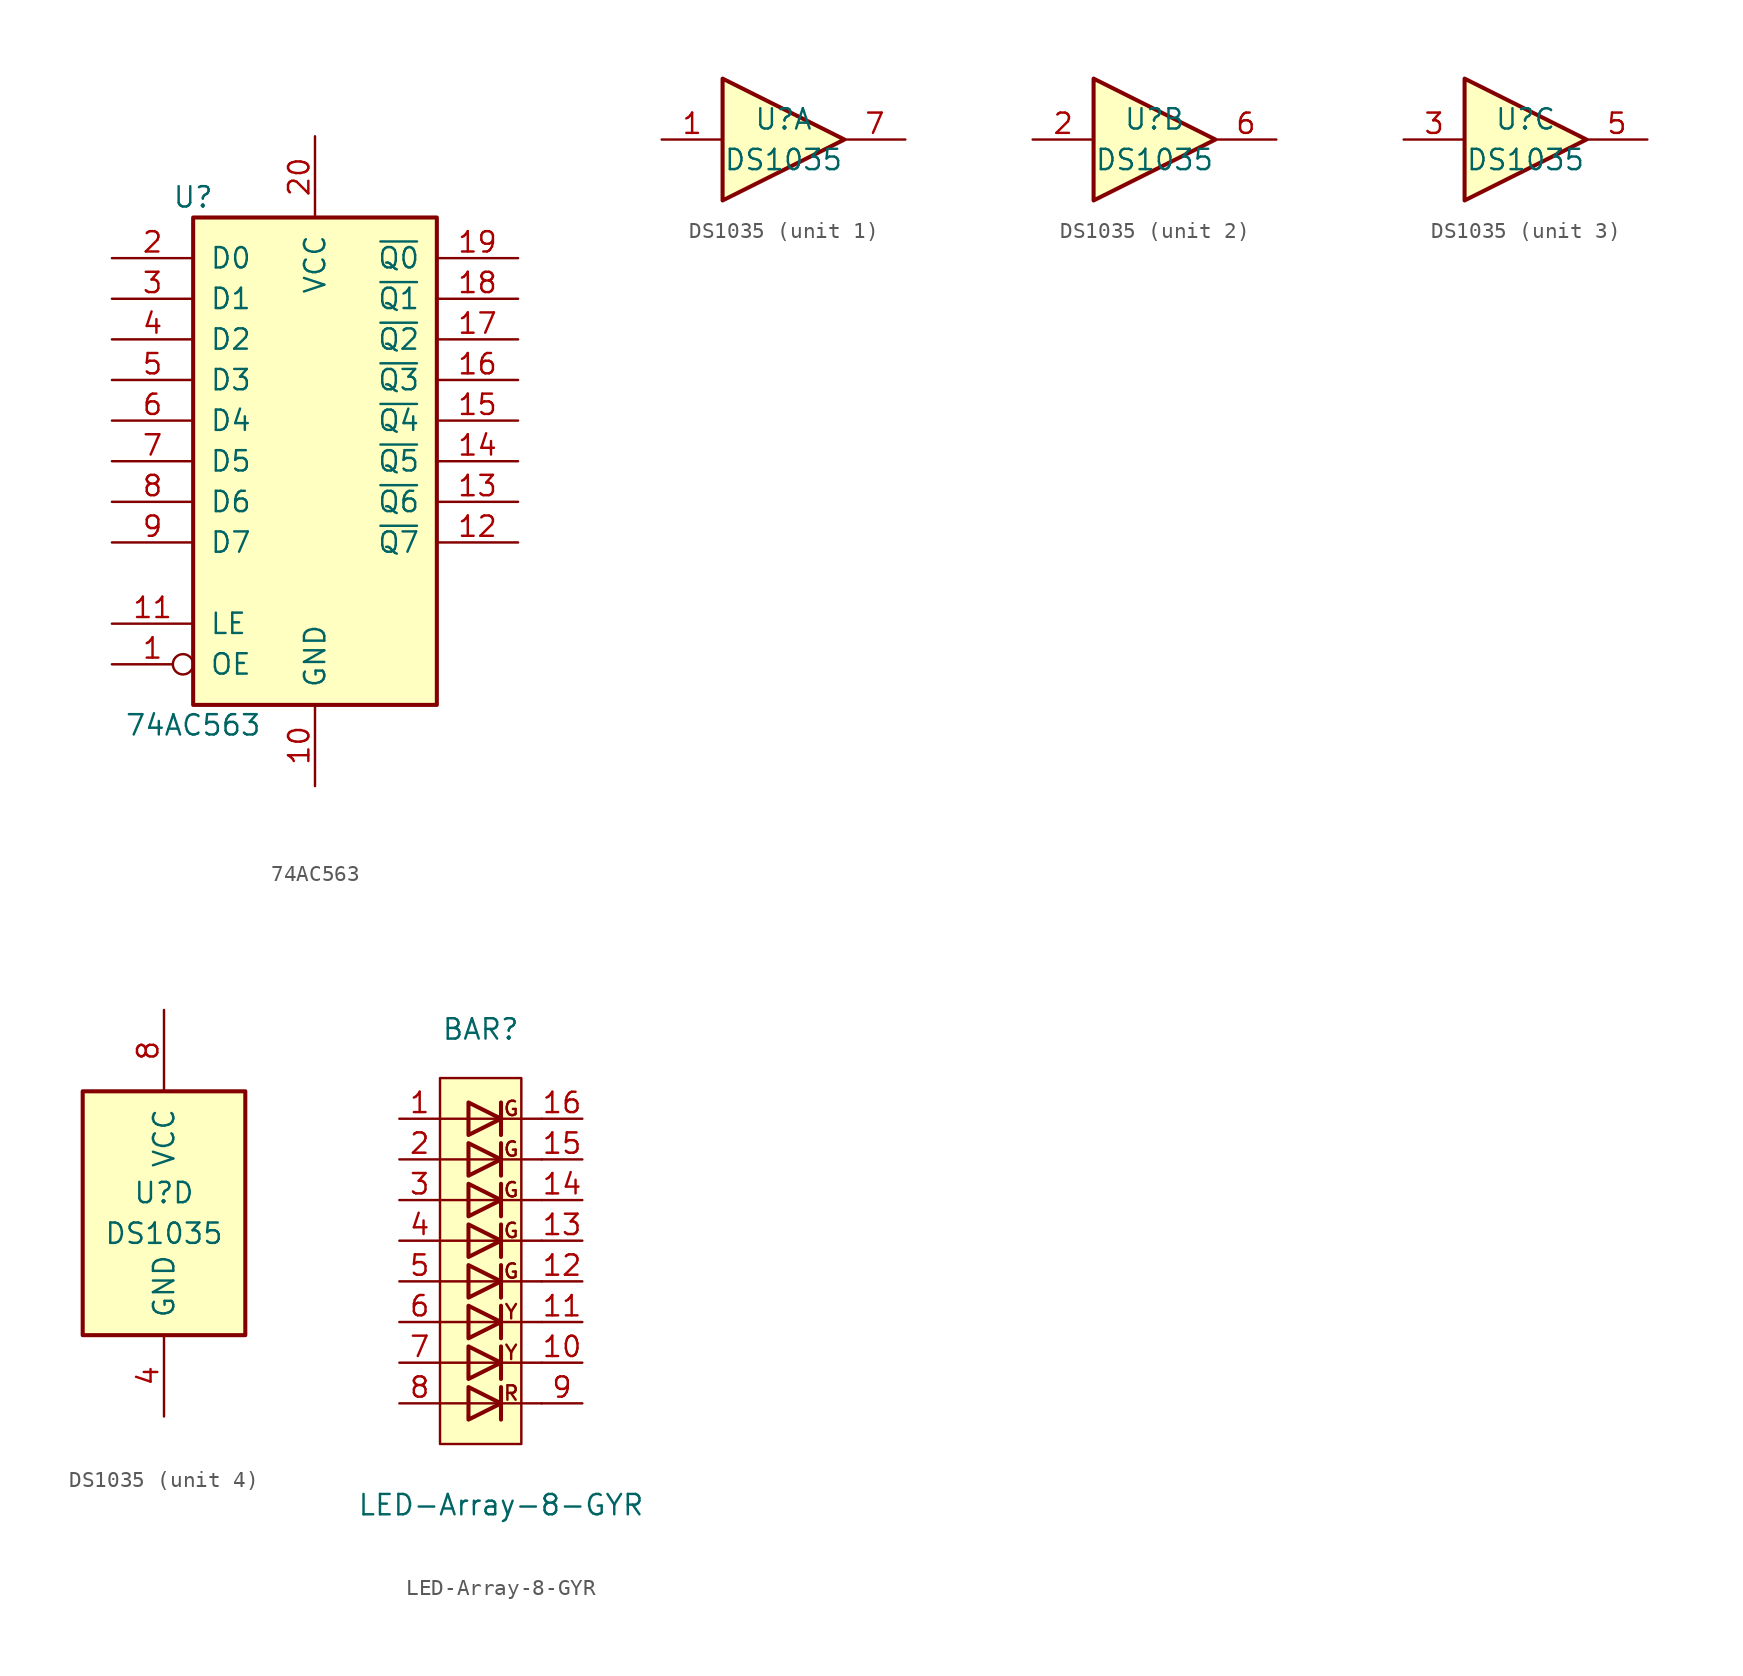
<source format=kicad_sym>
(kicad_symbol_lib
  (version 20211014)
  (generator kicad_symbol_editor)
  (symbol "74AC563"
    (pin_names
      (offset 1.016))
    (property "Reference" "U"
      (at -7.62 16.51 0)
      (effects (font (size 1.27 1.27))))
    (property "Value" "74AC563"
      (at -7.62 -16.51 0)
      (effects (font (size 1.27 1.27))))
    (symbol "74AC563_1_0"
      (pin input inverted (at -12.7 -12.7 0) (length 5.08) (name "OE" (effects (font (size 1.27 1.27)))) (number "1" (effects (font (size 1.27 1.27)))))
      (pin power_in line (at 0 -20.32 90) (length 5.08) (name "GND" (effects (font (size 1.27 1.27)))) (number "10" (effects (font (size 1.27 1.27)))))
      (pin input line (at -12.7 -10.16 0) (length 5.08) (name "LE" (effects (font (size 1.27 1.27)))) (number "11" (effects (font (size 1.27 1.27)))))
      (pin tri_state line (at 12.7 -5.08 180) (length 5.08) (name "~{Q7}" (effects (font (size 1.27 1.27)))) (number "12" (effects (font (size 1.27 1.27)))))
      (pin tri_state line (at 12.7 -2.54 180) (length 5.08) (name "~{Q6}" (effects (font (size 1.27 1.27)))) (number "13" (effects (font (size 1.27 1.27)))))
      (pin tri_state line (at 12.7 0 180) (length 5.08) (name "~{Q5}" (effects (font (size 1.27 1.27)))) (number "14" (effects (font (size 1.27 1.27)))))
      (pin tri_state line (at 12.7 2.54 180) (length 5.08) (name "~{Q4}" (effects (font (size 1.27 1.27)))) (number "15" (effects (font (size 1.27 1.27)))))
      (pin tri_state line (at 12.7 5.08 180) (length 5.08) (name "~{Q3}" (effects (font (size 1.27 1.27)))) (number "16" (effects (font (size 1.27 1.27)))))
      (pin tri_state line (at 12.7 7.62 180) (length 5.08) (name "~{Q2}" (effects (font (size 1.27 1.27)))) (number "17" (effects (font (size 1.27 1.27)))))
      (pin tri_state line (at 12.7 10.16 180) (length 5.08) (name "~{Q1}" (effects (font (size 1.27 1.27)))) (number "18" (effects (font (size 1.27 1.27)))))
      (pin tri_state line (at 12.7 12.7 180) (length 5.08) (name "~{Q0}" (effects (font (size 1.27 1.27)))) (number "19" (effects (font (size 1.27 1.27)))))
      (pin input line (at -12.7 12.7 0) (length 5.08) (name "D0" (effects (font (size 1.27 1.27)))) (number "2" (effects (font (size 1.27 1.27)))))
      (pin power_in line (at 0 20.32 270) (length 5.08) (name "VCC" (effects (font (size 1.27 1.27)))) (number "20" (effects (font (size 1.27 1.27)))))
      (pin input line (at -12.7 10.16 0) (length 5.08) (name "D1" (effects (font (size 1.27 1.27)))) (number "3" (effects (font (size 1.27 1.27)))))
      (pin input line (at -12.7 7.62 0) (length 5.08) (name "D2" (effects (font (size 1.27 1.27)))) (number "4" (effects (font (size 1.27 1.27)))))
      (pin input line (at -12.7 5.08 0) (length 5.08) (name "D3" (effects (font (size 1.27 1.27)))) (number "5" (effects (font (size 1.27 1.27)))))
      (pin input line (at -12.7 2.54 0) (length 5.08) (name "D4" (effects (font (size 1.27 1.27)))) (number "6" (effects (font (size 1.27 1.27)))))
      (pin input line (at -12.7 0 0) (length 5.08) (name "D5" (effects (font (size 1.27 1.27)))) (number "7" (effects (font (size 1.27 1.27)))))
      (pin input line (at -12.7 -2.54 0) (length 5.08) (name "D6" (effects (font (size 1.27 1.27)))) (number "8" (effects (font (size 1.27 1.27)))))
      (pin input line (at -12.7 -5.08 0) (length 5.08) (name "D7" (effects (font (size 1.27 1.27)))) (number "9" (effects (font (size 1.27 1.27))))))
    (symbol "74AC563_1_1"
      (rectangle (start -7.62 15.24) (end 7.62 -15.24) (stroke (width 0.254) (type default) (color 0 0 0 0)) (fill (type background)))))
  (symbol "DS1035"
    (pin_names
      (offset 1.016))
    (property "Reference" "U"
      (at 0 1.27 0)
      (effects (font (size 1.27 1.27))))
    (property "Value" "DS1035"
      (at 0 -1.27 0)
      (effects (font (size 1.27 1.27))))
    (property "ki_locked" ""
      (at 0 0 0)
      (effects (font (size 1.27 1.27))))
    (symbol "DS1035_1_0"
      (polyline (pts (xy -3.81 3.81) (xy -3.81 -3.81) (xy 3.81 0) (xy -3.81 3.81)) (stroke (width 0.254) (type default) (color 0 0 0 0)) (fill (type background)))
      (pin input line (at -7.62 0 0) (length 3.81) (name "~" (effects (font (size 1.27 1.27)))) (number "1" (effects (font (size 1.27 1.27)))))
      (pin output line (at 7.62 0 180) (length 3.81) (name "~" (effects (font (size 1.27 1.27)))) (number "7" (effects (font (size 1.27 1.27))))))
    (symbol "DS1035_2_0"
      (polyline (pts (xy -3.81 3.81) (xy -3.81 -3.81) (xy 3.81 0) (xy -3.81 3.81)) (stroke (width 0.254) (type default) (color 0 0 0 0)) (fill (type background)))
      (pin input line (at -7.62 0 0) (length 3.81) (name "~" (effects (font (size 1.27 1.27)))) (number "2" (effects (font (size 1.27 1.27)))))
      (pin output line (at 7.62 0 180) (length 3.81) (name "~" (effects (font (size 1.27 1.27)))) (number "6" (effects (font (size 1.27 1.27))))))
    (symbol "DS1035_3_0"
      (polyline (pts (xy -3.81 3.81) (xy -3.81 -3.81) (xy 3.81 0) (xy -3.81 3.81)) (stroke (width 0.254) (type default) (color 0 0 0 0)) (fill (type background)))
      (pin input line (at -7.62 0 0) (length 3.81) (name "~" (effects (font (size 1.27 1.27)))) (number "3" (effects (font (size 1.27 1.27)))))
      (pin output line (at 7.62 0 180) (length 3.81) (name "~" (effects (font (size 1.27 1.27)))) (number "5" (effects (font (size 1.27 1.27))))))
    (symbol "DS1035_4_1"
      (rectangle (start -5.08 7.62) (end 5.08 -7.62) (stroke (width 0.254) (type default) (color 0 0 0 0)) (fill (type background)))
      (pin power_in line (at 0 -12.7 90) (length 5.08) (name "GND" (effects (font (size 1.27 1.27)))) (number "4" (effects (font (size 1.27 1.27)))))
      (pin power_in line (at 0 12.7 270) (length 5.08) (name "VCC" (effects (font (size 1.27 1.27)))) (number "8" (effects (font (size 1.27 1.27)))))))
  (symbol "LED-Array-8-GYR"
    (pin_names
      (offset 1.016) hide)
    (property "Reference" "BAR"
      (at 0 11.938 0)
      (effects (font (size 1.27 1.27))))
    (property "Value" "LED-Array-8-GYR"
      (at 1.27 -17.78 0)
      (effects (font (size 1.27 1.27))))
    (symbol "LED-Array-8-GYR_0_0"
      (rectangle (start -2.54 8.89) (end 2.54 -13.97) (stroke (width 0) (type default) (color 0 0 0 0)) (fill (type background)))
      (text "G" (at 1.905 -3.175 0) (effects (font (size 0.9 0.9))))
      (text "G" (at 1.905 -0.635 0) (effects (font (size 0.9 0.9))))
      (text "G" (at 1.905 1.905 0) (effects (font (size 0.9 0.9))))
      (text "G" (at 1.905 4.445 0) (effects (font (size 0.9 0.9))))
      (text "G" (at 1.905 6.985 0) (effects (font (size 0.9 0.9))))
      (text "R" (at 1.905 -10.795 0) (effects (font (size 0.9 0.9))))
      (text "Y" (at 1.905 -8.255 0) (effects (font (size 0.9 0.9))))
      (text "Y" (at 1.905 -5.715 0) (effects (font (size 0.9 0.9)))))
    (symbol "LED-Array-8-GYR_0_1"
      (polyline (pts (xy -2.54 -11.43) (xy 3.81 -11.43)) (stroke (width 0) (type default) (color 0 0 0 0)) (fill (type none)))
      (polyline (pts (xy -2.54 -8.89) (xy 3.81 -8.89)) (stroke (width 0) (type default) (color 0 0 0 0)) (fill (type none)))
      (polyline (pts (xy -2.54 -6.35) (xy 3.81 -6.35)) (stroke (width 0) (type default) (color 0 0 0 0)) (fill (type none)))
      (polyline (pts (xy -2.54 -1.27) (xy 3.81 -1.27)) (stroke (width 0) (type default) (color 0 0 0 0)) (fill (type none)))
      (polyline (pts (xy -2.54 3.81) (xy 3.81 3.81)) (stroke (width 0) (type default) (color 0 0 0 0)) (fill (type none)))
      (polyline (pts (xy -2.54 6.35) (xy 3.81 6.35)) (stroke (width 0) (type default) (color 0 0 0 0)) (fill (type none)))
      (polyline (pts (xy 1.27 -10.414) (xy 1.27 -12.446)) (stroke (width 0.254) (type default) (color 0 0 0 0)) (fill (type none)))
      (polyline (pts (xy 1.27 -7.874) (xy 1.27 -9.906)) (stroke (width 0.254) (type default) (color 0 0 0 0)) (fill (type none)))
      (polyline (pts (xy 1.27 -5.334) (xy 1.27 -7.366)) (stroke (width 0.254) (type default) (color 0 0 0 0)) (fill (type none)))
      (polyline (pts (xy 1.27 -2.794) (xy 1.27 -4.826)) (stroke (width 0.254) (type default) (color 0 0 0 0)) (fill (type none)))
      (polyline (pts (xy 1.27 -0.254) (xy 1.27 -2.286)) (stroke (width 0.254) (type default) (color 0 0 0 0)) (fill (type none)))
      (polyline (pts (xy 1.27 2.286) (xy 1.27 0.254)) (stroke (width 0.254) (type default) (color 0 0 0 0)) (fill (type none)))
      (polyline (pts (xy 1.27 4.826) (xy 1.27 2.794)) (stroke (width 0.254) (type default) (color 0 0 0 0)) (fill (type none)))
      (polyline (pts (xy 1.27 7.366) (xy 1.27 5.334)) (stroke (width 0.254) (type default) (color 0 0 0 0)) (fill (type none)))
      (polyline (pts (xy 3.81 -3.81) (xy -2.54 -3.81)) (stroke (width 0) (type default) (color 0 0 0 0)) (fill (type none)))
      (polyline (pts (xy 3.81 1.27) (xy -2.54 1.27)) (stroke (width 0) (type default) (color 0 0 0 0)) (fill (type none)))
      (polyline (pts (xy -0.762 -10.414) (xy -0.762 -12.446) (xy 1.27 -11.43) (xy -0.762 -10.414)) (stroke (width 0.254) (type default) (color 0 0 0 0)) (fill (type none)))
      (polyline (pts (xy -0.762 -7.874) (xy -0.762 -9.906) (xy 1.27 -8.89) (xy -0.762 -7.874)) (stroke (width 0.254) (type default) (color 0 0 0 0)) (fill (type none)))
      (polyline (pts (xy -0.762 -5.334) (xy -0.762 -7.366) (xy 1.27 -6.35) (xy -0.762 -5.334)) (stroke (width 0.254) (type default) (color 0 0 0 0)) (fill (type none)))
      (polyline (pts (xy -0.762 -2.794) (xy -0.762 -4.826) (xy 1.27 -3.81) (xy -0.762 -2.794)) (stroke (width 0.254) (type default) (color 0 0 0 0)) (fill (type none)))
      (polyline (pts (xy -0.762 -0.254) (xy -0.762 -2.286) (xy 1.27 -1.27) (xy -0.762 -0.254)) (stroke (width 0.254) (type default) (color 0 0 0 0)) (fill (type none)))
      (polyline (pts (xy -0.762 2.286) (xy -0.762 0.254) (xy 1.27 1.27) (xy -0.762 2.286)) (stroke (width 0.254) (type default) (color 0 0 0 0)) (fill (type none)))
      (polyline (pts (xy -0.762 4.826) (xy -0.762 2.794) (xy 1.27 3.81) (xy -0.762 4.826)) (stroke (width 0.254) (type default) (color 0 0 0 0)) (fill (type none)))
      (polyline (pts (xy -0.762 7.366) (xy -0.762 5.334) (xy 1.27 6.35) (xy -0.762 7.366)) (stroke (width 0.254) (type default) (color 0 0 0 0)) (fill (type none))))
    (symbol "LED-Array-8-GYR_1_1"
      (pin passive line (at -5.08 6.35 0) (length 2.54) (name "A" (effects (font (size 1.27 1.27)))) (number "1" (effects (font (size 1.27 1.27)))))
      (pin passive line (at 6.35 -8.89 180) (length 2.54) (name "K" (effects (font (size 1.27 1.27)))) (number "10" (effects (font (size 1.27 1.27)))))
      (pin passive line (at 6.35 -6.35 180) (length 2.54) (name "K" (effects (font (size 1.27 1.27)))) (number "11" (effects (font (size 1.27 1.27)))))
      (pin passive line (at 6.35 -3.81 180) (length 2.54) (name "K" (effects (font (size 1.27 1.27)))) (number "12" (effects (font (size 1.27 1.27)))))
      (pin passive line (at 6.35 -1.27 180) (length 2.54) (name "K" (effects (font (size 1.27 1.27)))) (number "13" (effects (font (size 1.27 1.27)))))
      (pin passive line (at 6.35 1.27 180) (length 2.54) (name "K" (effects (font (size 1.27 1.27)))) (number "14" (effects (font (size 1.27 1.27)))))
      (pin passive line (at 6.35 3.81 180) (length 2.54) (name "K" (effects (font (size 1.27 1.27)))) (number "15" (effects (font (size 1.27 1.27)))))
      (pin passive line (at 6.35 6.35 180) (length 2.54) (name "K" (effects (font (size 1.27 1.27)))) (number "16" (effects (font (size 1.27 1.27)))))
      (pin passive line (at -5.08 3.81 0) (length 2.54) (name "A" (effects (font (size 1.27 1.27)))) (number "2" (effects (font (size 1.27 1.27)))))
      (pin passive line (at -5.08 1.27 0) (length 2.54) (name "A" (effects (font (size 1.27 1.27)))) (number "3" (effects (font (size 1.27 1.27)))))
      (pin passive line (at -5.08 -1.27 0) (length 2.54) (name "A" (effects (font (size 1.27 1.27)))) (number "4" (effects (font (size 1.27 1.27)))))
      (pin passive line (at -5.08 -3.81 0) (length 2.54) (name "A" (effects (font (size 1.27 1.27)))) (number "5" (effects (font (size 1.27 1.27)))))
      (pin passive line (at -5.08 -6.35 0) (length 2.54) (name "A" (effects (font (size 1.27 1.27)))) (number "6" (effects (font (size 1.27 1.27)))))
      (pin passive line (at -5.08 -8.89 0) (length 2.54) (name "A" (effects (font (size 1.27 1.27)))) (number "7" (effects (font (size 1.27 1.27)))))
      (pin passive line (at -5.08 -11.43 0) (length 2.54) (name "A" (effects (font (size 1.27 1.27)))) (number "8" (effects (font (size 1.27 1.27)))))
      (pin passive line (at 6.35 -11.43 180) (length 2.54) (name "K" (effects (font (size 1.27 1.27)))) (number "9" (effects (font (size 1.27 1.27))))))))
</source>
